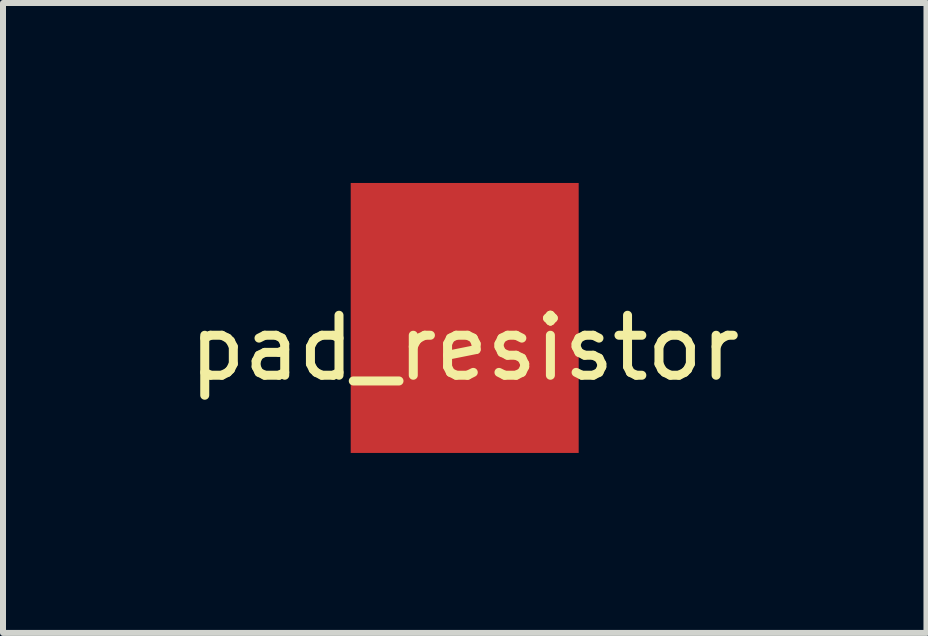
<source format=kicad_pcb>
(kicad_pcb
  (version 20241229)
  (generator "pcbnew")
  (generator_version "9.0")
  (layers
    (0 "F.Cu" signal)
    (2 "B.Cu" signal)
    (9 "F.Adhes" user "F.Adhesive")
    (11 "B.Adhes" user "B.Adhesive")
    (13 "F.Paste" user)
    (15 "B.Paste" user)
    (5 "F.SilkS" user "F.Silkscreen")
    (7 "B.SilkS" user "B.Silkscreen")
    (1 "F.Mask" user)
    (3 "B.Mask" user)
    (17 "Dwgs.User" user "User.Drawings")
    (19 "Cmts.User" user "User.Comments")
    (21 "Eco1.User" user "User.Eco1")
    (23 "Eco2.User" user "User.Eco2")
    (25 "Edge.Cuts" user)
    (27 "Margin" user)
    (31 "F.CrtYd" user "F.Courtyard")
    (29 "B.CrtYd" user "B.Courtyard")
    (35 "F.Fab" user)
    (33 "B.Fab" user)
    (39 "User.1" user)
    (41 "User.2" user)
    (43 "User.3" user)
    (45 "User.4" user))
  (footprint "pad_resistor"
    (layer "F.Cu")
    (at 4.696 2.25)
    (property "Reference" "pad_resistor" (at 0 0.5 0) (layer "F.SilkS") (effects (font (size 1 1) (thickness 0.15))))
    (attr through_hole)
    (pad "1" smd rect (at 0 0) (size 3.8 4.5) (layers "F.Cu" "F.Mask" "F.Paste")))
  (gr_rect
    (start -3 -3)
    (end 12.393 7.5)
    (stroke (width 0.1) (type default))
    (fill no)
    (layer "Edge.Cuts")))
</source>
